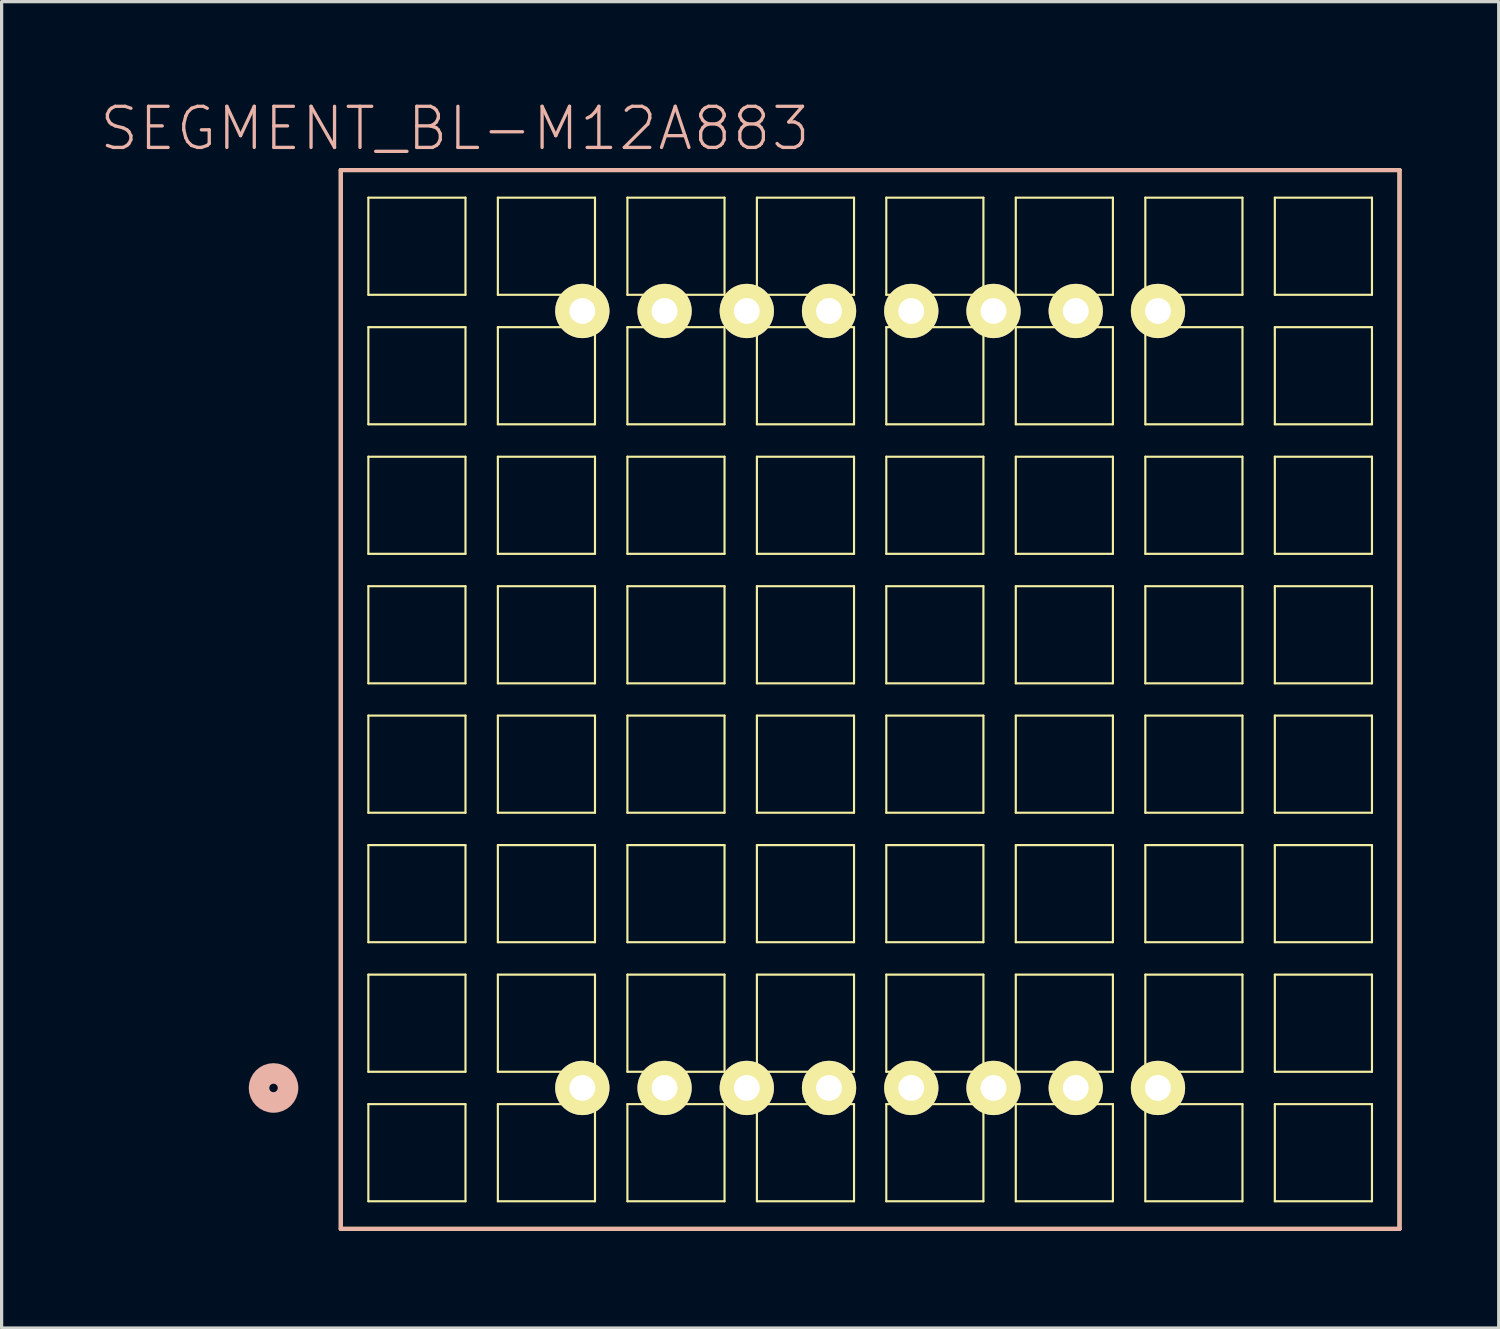
<source format=kicad_pcb>
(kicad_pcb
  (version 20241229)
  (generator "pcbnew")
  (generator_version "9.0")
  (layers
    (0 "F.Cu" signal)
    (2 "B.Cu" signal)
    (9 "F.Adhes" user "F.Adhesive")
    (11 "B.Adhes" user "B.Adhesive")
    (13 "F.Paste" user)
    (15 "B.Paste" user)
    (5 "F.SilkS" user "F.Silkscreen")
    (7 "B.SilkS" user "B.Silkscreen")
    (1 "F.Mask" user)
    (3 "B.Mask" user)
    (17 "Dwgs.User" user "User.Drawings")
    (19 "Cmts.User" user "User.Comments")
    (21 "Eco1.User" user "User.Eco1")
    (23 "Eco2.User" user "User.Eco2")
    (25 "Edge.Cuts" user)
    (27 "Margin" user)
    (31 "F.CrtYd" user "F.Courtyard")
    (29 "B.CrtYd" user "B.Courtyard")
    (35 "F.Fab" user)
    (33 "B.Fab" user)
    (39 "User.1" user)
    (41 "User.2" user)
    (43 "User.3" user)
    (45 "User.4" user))
  (footprint "SEGMENT_BL-M12A883"
    (layer "F.Cu")
    (at 23.826 18.554)
    (property "Reference" "SEGMENT_BL-M12A883" (at -12.824 -17.633 0) (layer "B.SilkS") (effects (font (size 1.27 1.27) (thickness 0.102))))
    (attr exclude_from_pos_files exclude_from_bom)
    (fp_line (start -16.35 -16.35) (end 16.35 -16.35) (stroke (width 0.127) (type solid)) (layer "F.SilkS"))
    (fp_line (start -16.35 16.35) (end -16.35 -16.35) (stroke (width 0.127) (type solid)) (layer "F.SilkS"))
    (fp_line (start -15.499 -15.499) (end -12.499 -15.499) (stroke (width 0.066) (type solid)) (layer "F.SilkS"))
    (fp_line (start -15.499 -12.499) (end -15.499 -15.499) (stroke (width 0.066) (type solid)) (layer "F.SilkS"))
    (fp_line (start -15.499 -12.499) (end -12.499 -12.499) (stroke (width 0.066) (type solid)) (layer "F.SilkS"))
    (fp_line (start -15.499 -11.499) (end -12.499 -11.499) (stroke (width 0.066) (type solid)) (layer "F.SilkS"))
    (fp_line (start -15.499 -8.499) (end -15.499 -11.499) (stroke (width 0.066) (type solid)) (layer "F.SilkS"))
    (fp_line (start -15.499 -8.499) (end -12.499 -8.499) (stroke (width 0.066) (type solid)) (layer "F.SilkS"))
    (fp_line (start -15.499 -7.498) (end -12.499 -7.498) (stroke (width 0.066) (type solid)) (layer "F.SilkS"))
    (fp_line (start -15.499 -4.498) (end -15.499 -7.498) (stroke (width 0.066) (type solid)) (layer "F.SilkS"))
    (fp_line (start -15.499 -4.498) (end -12.499 -4.498) (stroke (width 0.066) (type solid)) (layer "F.SilkS"))
    (fp_line (start -15.499 -3.498) (end -12.499 -3.498) (stroke (width 0.066) (type solid)) (layer "F.SilkS"))
    (fp_line (start -15.499 -0.498) (end -15.499 -3.498) (stroke (width 0.066) (type solid)) (layer "F.SilkS"))
    (fp_line (start -15.499 -0.498) (end -12.499 -0.498) (stroke (width 0.066) (type solid)) (layer "F.SilkS"))
    (fp_line (start -15.499 0.498) (end -12.499 0.498) (stroke (width 0.066) (type solid)) (layer "F.SilkS"))
    (fp_line (start -15.499 3.498) (end -15.499 0.498) (stroke (width 0.066) (type solid)) (layer "F.SilkS"))
    (fp_line (start -15.499 3.498) (end -12.499 3.498) (stroke (width 0.066) (type solid)) (layer "F.SilkS"))
    (fp_line (start -15.499 4.498) (end -12.499 4.498) (stroke (width 0.066) (type solid)) (layer "F.SilkS"))
    (fp_line (start -15.499 7.498) (end -15.499 4.498) (stroke (width 0.066) (type solid)) (layer "F.SilkS"))
    (fp_line (start -15.499 7.498) (end -12.499 7.498) (stroke (width 0.066) (type solid)) (layer "F.SilkS"))
    (fp_line (start -15.499 8.499) (end -12.499 8.499) (stroke (width 0.066) (type solid)) (layer "F.SilkS"))
    (fp_line (start -15.499 11.499) (end -15.499 8.499) (stroke (width 0.066) (type solid)) (layer "F.SilkS"))
    (fp_line (start -15.499 11.499) (end -12.499 11.499) (stroke (width 0.066) (type solid)) (layer "F.SilkS"))
    (fp_line (start -15.499 12.499) (end -12.499 12.499) (stroke (width 0.066) (type solid)) (layer "F.SilkS"))
    (fp_line (start -15.499 15.499) (end -15.499 12.499) (stroke (width 0.066) (type solid)) (layer "F.SilkS"))
    (fp_line (start -15.499 15.499) (end -12.499 15.499) (stroke (width 0.066) (type solid)) (layer "F.SilkS"))
    (fp_line (start -12.499 -12.499) (end -12.499 -15.499) (stroke (width 0.066) (type solid)) (layer "F.SilkS"))
    (fp_line (start -12.499 -8.499) (end -12.499 -11.499) (stroke (width 0.066) (type solid)) (layer "F.SilkS"))
    (fp_line (start -12.499 -4.498) (end -12.499 -7.498) (stroke (width 0.066) (type solid)) (layer "F.SilkS"))
    (fp_line (start -12.499 -0.498) (end -12.499 -3.498) (stroke (width 0.066) (type solid)) (layer "F.SilkS"))
    (fp_line (start -12.499 3.498) (end -12.499 0.498) (stroke (width 0.066) (type solid)) (layer "F.SilkS"))
    (fp_line (start -12.499 7.498) (end -12.499 4.498) (stroke (width 0.066) (type solid)) (layer "F.SilkS"))
    (fp_line (start -12.499 11.499) (end -12.499 8.499) (stroke (width 0.066) (type solid)) (layer "F.SilkS"))
    (fp_line (start -12.499 15.499) (end -12.499 12.499) (stroke (width 0.066) (type solid)) (layer "F.SilkS"))
    (fp_line (start -11.499 -15.499) (end -8.499 -15.499) (stroke (width 0.066) (type solid)) (layer "F.SilkS"))
    (fp_line (start -11.499 -12.499) (end -11.499 -15.499) (stroke (width 0.066) (type solid)) (layer "F.SilkS"))
    (fp_line (start -11.499 -12.499) (end -8.499 -12.499) (stroke (width 0.066) (type solid)) (layer "F.SilkS"))
    (fp_line (start -11.499 -11.499) (end -8.499 -11.499) (stroke (width 0.066) (type solid)) (layer "F.SilkS"))
    (fp_line (start -11.499 -8.499) (end -11.499 -11.499) (stroke (width 0.066) (type solid)) (layer "F.SilkS"))
    (fp_line (start -11.499 -8.499) (end -8.499 -8.499) (stroke (width 0.066) (type solid)) (layer "F.SilkS"))
    (fp_line (start -11.499 -7.498) (end -8.499 -7.498) (stroke (width 0.066) (type solid)) (layer "F.SilkS"))
    (fp_line (start -11.499 -4.498) (end -11.499 -7.498) (stroke (width 0.066) (type solid)) (layer "F.SilkS"))
    (fp_line (start -11.499 -4.498) (end -8.499 -4.498) (stroke (width 0.066) (type solid)) (layer "F.SilkS"))
    (fp_line (start -11.499 -3.498) (end -8.499 -3.498) (stroke (width 0.066) (type solid)) (layer "F.SilkS"))
    (fp_line (start -11.499 -0.498) (end -11.499 -3.498) (stroke (width 0.066) (type solid)) (layer "F.SilkS"))
    (fp_line (start -11.499 -0.498) (end -8.499 -0.498) (stroke (width 0.066) (type solid)) (layer "F.SilkS"))
    (fp_line (start -11.499 0.498) (end -8.499 0.498) (stroke (width 0.066) (type solid)) (layer "F.SilkS"))
    (fp_line (start -11.499 3.498) (end -11.499 0.498) (stroke (width 0.066) (type solid)) (layer "F.SilkS"))
    (fp_line (start -11.499 3.498) (end -8.499 3.498) (stroke (width 0.066) (type solid)) (layer "F.SilkS"))
    (fp_line (start -11.499 4.498) (end -8.499 4.498) (stroke (width 0.066) (type solid)) (layer "F.SilkS"))
    (fp_line (start -11.499 7.498) (end -11.499 4.498) (stroke (width 0.066) (type solid)) (layer "F.SilkS"))
    (fp_line (start -11.499 7.498) (end -8.499 7.498) (stroke (width 0.066) (type solid)) (layer "F.SilkS"))
    (fp_line (start -11.499 8.499) (end -8.499 8.499) (stroke (width 0.066) (type solid)) (layer "F.SilkS"))
    (fp_line (start -11.499 11.499) (end -11.499 8.499) (stroke (width 0.066) (type solid)) (layer "F.SilkS"))
    (fp_line (start -11.499 11.499) (end -8.499 11.499) (stroke (width 0.066) (type solid)) (layer "F.SilkS"))
    (fp_line (start -11.499 12.499) (end -8.499 12.499) (stroke (width 0.066) (type solid)) (layer "F.SilkS"))
    (fp_line (start -11.499 15.499) (end -11.499 12.499) (stroke (width 0.066) (type solid)) (layer "F.SilkS"))
    (fp_line (start -11.499 15.499) (end -8.499 15.499) (stroke (width 0.066) (type solid)) (layer "F.SilkS"))
    (fp_line (start -8.499 -12.499) (end -8.499 -15.499) (stroke (width 0.066) (type solid)) (layer "F.SilkS"))
    (fp_line (start -8.499 -8.499) (end -8.499 -11.499) (stroke (width 0.066) (type solid)) (layer "F.SilkS"))
    (fp_line (start -8.499 -4.498) (end -8.499 -7.498) (stroke (width 0.066) (type solid)) (layer "F.SilkS"))
    (fp_line (start -8.499 -0.498) (end -8.499 -3.498) (stroke (width 0.066) (type solid)) (layer "F.SilkS"))
    (fp_line (start -8.499 3.498) (end -8.499 0.498) (stroke (width 0.066) (type solid)) (layer "F.SilkS"))
    (fp_line (start -8.499 7.498) (end -8.499 4.498) (stroke (width 0.066) (type solid)) (layer "F.SilkS"))
    (fp_line (start -8.499 11.499) (end -8.499 8.499) (stroke (width 0.066) (type solid)) (layer "F.SilkS"))
    (fp_line (start -8.499 15.499) (end -8.499 12.499) (stroke (width 0.066) (type solid)) (layer "F.SilkS"))
    (fp_line (start -7.498 -15.499) (end -4.498 -15.499) (stroke (width 0.066) (type solid)) (layer "F.SilkS"))
    (fp_line (start -7.498 -12.499) (end -7.498 -15.499) (stroke (width 0.066) (type solid)) (layer "F.SilkS"))
    (fp_line (start -7.498 -12.499) (end -4.498 -12.499) (stroke (width 0.066) (type solid)) (layer "F.SilkS"))
    (fp_line (start -7.498 -11.499) (end -4.498 -11.499) (stroke (width 0.066) (type solid)) (layer "F.SilkS"))
    (fp_line (start -7.498 -8.499) (end -7.498 -11.499) (stroke (width 0.066) (type solid)) (layer "F.SilkS"))
    (fp_line (start -7.498 -8.499) (end -4.498 -8.499) (stroke (width 0.066) (type solid)) (layer "F.SilkS"))
    (fp_line (start -7.498 -7.498) (end -4.498 -7.498) (stroke (width 0.066) (type solid)) (layer "F.SilkS"))
    (fp_line (start -7.498 -4.498) (end -7.498 -7.498) (stroke (width 0.066) (type solid)) (layer "F.SilkS"))
    (fp_line (start -7.498 -4.498) (end -4.498 -4.498) (stroke (width 0.066) (type solid)) (layer "F.SilkS"))
    (fp_line (start -7.498 -3.498) (end -4.498 -3.498) (stroke (width 0.066) (type solid)) (layer "F.SilkS"))
    (fp_line (start -7.498 -0.498) (end -7.498 -3.498) (stroke (width 0.066) (type solid)) (layer "F.SilkS"))
    (fp_line (start -7.498 -0.498) (end -4.498 -0.498) (stroke (width 0.066) (type solid)) (layer "F.SilkS"))
    (fp_line (start -7.498 0.498) (end -4.498 0.498) (stroke (width 0.066) (type solid)) (layer "F.SilkS"))
    (fp_line (start -7.498 3.498) (end -7.498 0.498) (stroke (width 0.066) (type solid)) (layer "F.SilkS"))
    (fp_line (start -7.498 3.498) (end -4.498 3.498) (stroke (width 0.066) (type solid)) (layer "F.SilkS"))
    (fp_line (start -7.498 4.498) (end -4.498 4.498) (stroke (width 0.066) (type solid)) (layer "F.SilkS"))
    (fp_line (start -7.498 7.498) (end -7.498 4.498) (stroke (width 0.066) (type solid)) (layer "F.SilkS"))
    (fp_line (start -7.498 7.498) (end -4.498 7.498) (stroke (width 0.066) (type solid)) (layer "F.SilkS"))
    (fp_line (start -7.498 8.499) (end -4.498 8.499) (stroke (width 0.066) (type solid)) (layer "F.SilkS"))
    (fp_line (start -7.498 11.499) (end -7.498 8.499) (stroke (width 0.066) (type solid)) (layer "F.SilkS"))
    (fp_line (start -7.498 11.499) (end -4.498 11.499) (stroke (width 0.066) (type solid)) (layer "F.SilkS"))
    (fp_line (start -7.498 12.499) (end -4.498 12.499) (stroke (width 0.066) (type solid)) (layer "F.SilkS"))
    (fp_line (start -7.498 15.499) (end -7.498 12.499) (stroke (width 0.066) (type solid)) (layer "F.SilkS"))
    (fp_line (start -7.498 15.499) (end -4.498 15.499) (stroke (width 0.066) (type solid)) (layer "F.SilkS"))
    (fp_line (start -4.498 -12.499) (end -4.498 -15.499) (stroke (width 0.066) (type solid)) (layer "F.SilkS"))
    (fp_line (start -4.498 -8.499) (end -4.498 -11.499) (stroke (width 0.066) (type solid)) (layer "F.SilkS"))
    (fp_line (start -4.498 -4.498) (end -4.498 -7.498) (stroke (width 0.066) (type solid)) (layer "F.SilkS"))
    (fp_line (start -4.498 -0.498) (end -4.498 -3.498) (stroke (width 0.066) (type solid)) (layer "F.SilkS"))
    (fp_line (start -4.498 3.498) (end -4.498 0.498) (stroke (width 0.066) (type solid)) (layer "F.SilkS"))
    (fp_line (start -4.498 7.498) (end -4.498 4.498) (stroke (width 0.066) (type solid)) (layer "F.SilkS"))
    (fp_line (start -4.498 11.499) (end -4.498 8.499) (stroke (width 0.066) (type solid)) (layer "F.SilkS"))
    (fp_line (start -4.498 15.499) (end -4.498 12.499) (stroke (width 0.066) (type solid)) (layer "F.SilkS"))
    (fp_line (start -3.498 -15.499) (end -0.498 -15.499) (stroke (width 0.066) (type solid)) (layer "F.SilkS"))
    (fp_line (start -3.498 -12.499) (end -3.498 -15.499) (stroke (width 0.066) (type solid)) (layer "F.SilkS"))
    (fp_line (start -3.498 -12.499) (end -0.498 -12.499) (stroke (width 0.066) (type solid)) (layer "F.SilkS"))
    (fp_line (start -3.498 -11.499) (end -0.498 -11.499) (stroke (width 0.066) (type solid)) (layer "F.SilkS"))
    (fp_line (start -3.498 -8.499) (end -3.498 -11.499) (stroke (width 0.066) (type solid)) (layer "F.SilkS"))
    (fp_line (start -3.498 -8.499) (end -0.498 -8.499) (stroke (width 0.066) (type solid)) (layer "F.SilkS"))
    (fp_line (start -3.498 -7.498) (end -0.498 -7.498) (stroke (width 0.066) (type solid)) (layer "F.SilkS"))
    (fp_line (start -3.498 -4.498) (end -3.498 -7.498) (stroke (width 0.066) (type solid)) (layer "F.SilkS"))
    (fp_line (start -3.498 -4.498) (end -0.498 -4.498) (stroke (width 0.066) (type solid)) (layer "F.SilkS"))
    (fp_line (start -3.498 -3.498) (end -0.498 -3.498) (stroke (width 0.066) (type solid)) (layer "F.SilkS"))
    (fp_line (start -3.498 -0.498) (end -3.498 -3.498) (stroke (width 0.066) (type solid)) (layer "F.SilkS"))
    (fp_line (start -3.498 -0.498) (end -0.498 -0.498) (stroke (width 0.066) (type solid)) (layer "F.SilkS"))
    (fp_line (start -3.498 0.498) (end -0.498 0.498) (stroke (width 0.066) (type solid)) (layer "F.SilkS"))
    (fp_line (start -3.498 3.498) (end -3.498 0.498) (stroke (width 0.066) (type solid)) (layer "F.SilkS"))
    (fp_line (start -3.498 3.498) (end -0.498 3.498) (stroke (width 0.066) (type solid)) (layer "F.SilkS"))
    (fp_line (start -3.498 4.498) (end -0.498 4.498) (stroke (width 0.066) (type solid)) (layer "F.SilkS"))
    (fp_line (start -3.498 7.498) (end -3.498 4.498) (stroke (width 0.066) (type solid)) (layer "F.SilkS"))
    (fp_line (start -3.498 7.498) (end -0.498 7.498) (stroke (width 0.066) (type solid)) (layer "F.SilkS"))
    (fp_line (start -3.498 8.499) (end -0.498 8.499) (stroke (width 0.066) (type solid)) (layer "F.SilkS"))
    (fp_line (start -3.498 11.499) (end -3.498 8.499) (stroke (width 0.066) (type solid)) (layer "F.SilkS"))
    (fp_line (start -3.498 11.499) (end -0.498 11.499) (stroke (width 0.066) (type solid)) (layer "F.SilkS"))
    (fp_line (start -3.498 12.499) (end -0.498 12.499) (stroke (width 0.066) (type solid)) (layer "F.SilkS"))
    (fp_line (start -3.498 15.499) (end -3.498 12.499) (stroke (width 0.066) (type solid)) (layer "F.SilkS"))
    (fp_line (start -3.498 15.499) (end -0.498 15.499) (stroke (width 0.066) (type solid)) (layer "F.SilkS"))
    (fp_line (start -0.498 -12.499) (end -0.498 -15.499) (stroke (width 0.066) (type solid)) (layer "F.SilkS"))
    (fp_line (start -0.498 -8.499) (end -0.498 -11.499) (stroke (width 0.066) (type solid)) (layer "F.SilkS"))
    (fp_line (start -0.498 -4.498) (end -0.498 -7.498) (stroke (width 0.066) (type solid)) (layer "F.SilkS"))
    (fp_line (start -0.498 -0.498) (end -0.498 -3.498) (stroke (width 0.066) (type solid)) (layer "F.SilkS"))
    (fp_line (start -0.498 3.498) (end -0.498 0.498) (stroke (width 0.066) (type solid)) (layer "F.SilkS"))
    (fp_line (start -0.498 7.498) (end -0.498 4.498) (stroke (width 0.066) (type solid)) (layer "F.SilkS"))
    (fp_line (start -0.498 11.499) (end -0.498 8.499) (stroke (width 0.066) (type solid)) (layer "F.SilkS"))
    (fp_line (start -0.498 15.499) (end -0.498 12.499) (stroke (width 0.066) (type solid)) (layer "F.SilkS"))
    (fp_line (start 0.498 -15.499) (end 3.498 -15.499) (stroke (width 0.066) (type solid)) (layer "F.SilkS"))
    (fp_line (start 0.498 -12.499) (end 0.498 -15.499) (stroke (width 0.066) (type solid)) (layer "F.SilkS"))
    (fp_line (start 0.498 -12.499) (end 3.498 -12.499) (stroke (width 0.066) (type solid)) (layer "F.SilkS"))
    (fp_line (start 0.498 -11.499) (end 3.498 -11.499) (stroke (width 0.066) (type solid)) (layer "F.SilkS"))
    (fp_line (start 0.498 -8.499) (end 0.498 -11.499) (stroke (width 0.066) (type solid)) (layer "F.SilkS"))
    (fp_line (start 0.498 -8.499) (end 3.498 -8.499) (stroke (width 0.066) (type solid)) (layer "F.SilkS"))
    (fp_line (start 0.498 -7.498) (end 3.498 -7.498) (stroke (width 0.066) (type solid)) (layer "F.SilkS"))
    (fp_line (start 0.498 -4.498) (end 0.498 -7.498) (stroke (width 0.066) (type solid)) (layer "F.SilkS"))
    (fp_line (start 0.498 -4.498) (end 3.498 -4.498) (stroke (width 0.066) (type solid)) (layer "F.SilkS"))
    (fp_line (start 0.498 -3.498) (end 3.498 -3.498) (stroke (width 0.066) (type solid)) (layer "F.SilkS"))
    (fp_line (start 0.498 -0.498) (end 0.498 -3.498) (stroke (width 0.066) (type solid)) (layer "F.SilkS"))
    (fp_line (start 0.498 -0.498) (end 3.498 -0.498) (stroke (width 0.066) (type solid)) (layer "F.SilkS"))
    (fp_line (start 0.498 0.498) (end 3.498 0.498) (stroke (width 0.066) (type solid)) (layer "F.SilkS"))
    (fp_line (start 0.498 3.498) (end 0.498 0.498) (stroke (width 0.066) (type solid)) (layer "F.SilkS"))
    (fp_line (start 0.498 3.498) (end 3.498 3.498) (stroke (width 0.066) (type solid)) (layer "F.SilkS"))
    (fp_line (start 0.498 4.498) (end 3.498 4.498) (stroke (width 0.066) (type solid)) (layer "F.SilkS"))
    (fp_line (start 0.498 7.498) (end 0.498 4.498) (stroke (width 0.066) (type solid)) (layer "F.SilkS"))
    (fp_line (start 0.498 7.498) (end 3.498 7.498) (stroke (width 0.066) (type solid)) (layer "F.SilkS"))
    (fp_line (start 0.498 8.499) (end 3.498 8.499) (stroke (width 0.066) (type solid)) (layer "F.SilkS"))
    (fp_line (start 0.498 11.499) (end 0.498 8.499) (stroke (width 0.066) (type solid)) (layer "F.SilkS"))
    (fp_line (start 0.498 11.499) (end 3.498 11.499) (stroke (width 0.066) (type solid)) (layer "F.SilkS"))
    (fp_line (start 0.498 12.499) (end 3.498 12.499) (stroke (width 0.066) (type solid)) (layer "F.SilkS"))
    (fp_line (start 0.498 15.499) (end 0.498 12.499) (stroke (width 0.066) (type solid)) (layer "F.SilkS"))
    (fp_line (start 0.498 15.499) (end 3.498 15.499) (stroke (width 0.066) (type solid)) (layer "F.SilkS"))
    (fp_line (start 3.498 -12.499) (end 3.498 -15.499) (stroke (width 0.066) (type solid)) (layer "F.SilkS"))
    (fp_line (start 3.498 -8.499) (end 3.498 -11.499) (stroke (width 0.066) (type solid)) (layer "F.SilkS"))
    (fp_line (start 3.498 -4.498) (end 3.498 -7.498) (stroke (width 0.066) (type solid)) (layer "F.SilkS"))
    (fp_line (start 3.498 -0.498) (end 3.498 -3.498) (stroke (width 0.066) (type solid)) (layer "F.SilkS"))
    (fp_line (start 3.498 3.498) (end 3.498 0.498) (stroke (width 0.066) (type solid)) (layer "F.SilkS"))
    (fp_line (start 3.498 7.498) (end 3.498 4.498) (stroke (width 0.066) (type solid)) (layer "F.SilkS"))
    (fp_line (start 3.498 11.499) (end 3.498 8.499) (stroke (width 0.066) (type solid)) (layer "F.SilkS"))
    (fp_line (start 3.498 15.499) (end 3.498 12.499) (stroke (width 0.066) (type solid)) (layer "F.SilkS"))
    (fp_line (start 4.498 -15.499) (end 7.498 -15.499) (stroke (width 0.066) (type solid)) (layer "F.SilkS"))
    (fp_line (start 4.498 -12.499) (end 4.498 -15.499) (stroke (width 0.066) (type solid)) (layer "F.SilkS"))
    (fp_line (start 4.498 -12.499) (end 7.498 -12.499) (stroke (width 0.066) (type solid)) (layer "F.SilkS"))
    (fp_line (start 4.498 -11.499) (end 7.498 -11.499) (stroke (width 0.066) (type solid)) (layer "F.SilkS"))
    (fp_line (start 4.498 -8.499) (end 4.498 -11.499) (stroke (width 0.066) (type solid)) (layer "F.SilkS"))
    (fp_line (start 4.498 -8.499) (end 7.498 -8.499) (stroke (width 0.066) (type solid)) (layer "F.SilkS"))
    (fp_line (start 4.498 -7.498) (end 7.498 -7.498) (stroke (width 0.066) (type solid)) (layer "F.SilkS"))
    (fp_line (start 4.498 -4.498) (end 4.498 -7.498) (stroke (width 0.066) (type solid)) (layer "F.SilkS"))
    (fp_line (start 4.498 -4.498) (end 7.498 -4.498) (stroke (width 0.066) (type solid)) (layer "F.SilkS"))
    (fp_line (start 4.498 -3.498) (end 7.498 -3.498) (stroke (width 0.066) (type solid)) (layer "F.SilkS"))
    (fp_line (start 4.498 -0.498) (end 4.498 -3.498) (stroke (width 0.066) (type solid)) (layer "F.SilkS"))
    (fp_line (start 4.498 -0.498) (end 7.498 -0.498) (stroke (width 0.066) (type solid)) (layer "F.SilkS"))
    (fp_line (start 4.498 0.498) (end 7.498 0.498) (stroke (width 0.066) (type solid)) (layer "F.SilkS"))
    (fp_line (start 4.498 3.498) (end 4.498 0.498) (stroke (width 0.066) (type solid)) (layer "F.SilkS"))
    (fp_line (start 4.498 3.498) (end 7.498 3.498) (stroke (width 0.066) (type solid)) (layer "F.SilkS"))
    (fp_line (start 4.498 4.498) (end 7.498 4.498) (stroke (width 0.066) (type solid)) (layer "F.SilkS"))
    (fp_line (start 4.498 7.498) (end 4.498 4.498) (stroke (width 0.066) (type solid)) (layer "F.SilkS"))
    (fp_line (start 4.498 7.498) (end 7.498 7.498) (stroke (width 0.066) (type solid)) (layer "F.SilkS"))
    (fp_line (start 4.498 8.499) (end 7.498 8.499) (stroke (width 0.066) (type solid)) (layer "F.SilkS"))
    (fp_line (start 4.498 11.499) (end 4.498 8.499) (stroke (width 0.066) (type solid)) (layer "F.SilkS"))
    (fp_line (start 4.498 11.499) (end 7.498 11.499) (stroke (width 0.066) (type solid)) (layer "F.SilkS"))
    (fp_line (start 4.498 12.499) (end 7.498 12.499) (stroke (width 0.066) (type solid)) (layer "F.SilkS"))
    (fp_line (start 4.498 15.499) (end 4.498 12.499) (stroke (width 0.066) (type solid)) (layer "F.SilkS"))
    (fp_line (start 4.498 15.499) (end 7.498 15.499) (stroke (width 0.066) (type solid)) (layer "F.SilkS"))
    (fp_line (start 7.498 -12.499) (end 7.498 -15.499) (stroke (width 0.066) (type solid)) (layer "F.SilkS"))
    (fp_line (start 7.498 -8.499) (end 7.498 -11.499) (stroke (width 0.066) (type solid)) (layer "F.SilkS"))
    (fp_line (start 7.498 -4.498) (end 7.498 -7.498) (stroke (width 0.066) (type solid)) (layer "F.SilkS"))
    (fp_line (start 7.498 -0.498) (end 7.498 -3.498) (stroke (width 0.066) (type solid)) (layer "F.SilkS"))
    (fp_line (start 7.498 3.498) (end 7.498 0.498) (stroke (width 0.066) (type solid)) (layer "F.SilkS"))
    (fp_line (start 7.498 7.498) (end 7.498 4.498) (stroke (width 0.066) (type solid)) (layer "F.SilkS"))
    (fp_line (start 7.498 11.499) (end 7.498 8.499) (stroke (width 0.066) (type solid)) (layer "F.SilkS"))
    (fp_line (start 7.498 15.499) (end 7.498 12.499) (stroke (width 0.066) (type solid)) (layer "F.SilkS"))
    (fp_line (start 8.499 -15.499) (end 11.499 -15.499) (stroke (width 0.066) (type solid)) (layer "F.SilkS"))
    (fp_line (start 8.499 -12.499) (end 8.499 -15.499) (stroke (width 0.066) (type solid)) (layer "F.SilkS"))
    (fp_line (start 8.499 -12.499) (end 11.499 -12.499) (stroke (width 0.066) (type solid)) (layer "F.SilkS"))
    (fp_line (start 8.499 -11.499) (end 11.499 -11.499) (stroke (width 0.066) (type solid)) (layer "F.SilkS"))
    (fp_line (start 8.499 -8.499) (end 8.499 -11.499) (stroke (width 0.066) (type solid)) (layer "F.SilkS"))
    (fp_line (start 8.499 -8.499) (end 11.499 -8.499) (stroke (width 0.066) (type solid)) (layer "F.SilkS"))
    (fp_line (start 8.499 -7.498) (end 11.499 -7.498) (stroke (width 0.066) (type solid)) (layer "F.SilkS"))
    (fp_line (start 8.499 -4.498) (end 8.499 -7.498) (stroke (width 0.066) (type solid)) (layer "F.SilkS"))
    (fp_line (start 8.499 -4.498) (end 11.499 -4.498) (stroke (width 0.066) (type solid)) (layer "F.SilkS"))
    (fp_line (start 8.499 -3.498) (end 11.499 -3.498) (stroke (width 0.066) (type solid)) (layer "F.SilkS"))
    (fp_line (start 8.499 -0.498) (end 8.499 -3.498) (stroke (width 0.066) (type solid)) (layer "F.SilkS"))
    (fp_line (start 8.499 -0.498) (end 11.499 -0.498) (stroke (width 0.066) (type solid)) (layer "F.SilkS"))
    (fp_line (start 8.499 0.498) (end 11.499 0.498) (stroke (width 0.066) (type solid)) (layer "F.SilkS"))
    (fp_line (start 8.499 3.498) (end 8.499 0.498) (stroke (width 0.066) (type solid)) (layer "F.SilkS"))
    (fp_line (start 8.499 3.498) (end 11.499 3.498) (stroke (width 0.066) (type solid)) (layer "F.SilkS"))
    (fp_line (start 8.499 4.498) (end 11.499 4.498) (stroke (width 0.066) (type solid)) (layer "F.SilkS"))
    (fp_line (start 8.499 7.498) (end 8.499 4.498) (stroke (width 0.066) (type solid)) (layer "F.SilkS"))
    (fp_line (start 8.499 7.498) (end 11.499 7.498) (stroke (width 0.066) (type solid)) (layer "F.SilkS"))
    (fp_line (start 8.499 8.499) (end 11.499 8.499) (stroke (width 0.066) (type solid)) (layer "F.SilkS"))
    (fp_line (start 8.499 11.499) (end 8.499 8.499) (stroke (width 0.066) (type solid)) (layer "F.SilkS"))
    (fp_line (start 8.499 11.499) (end 11.499 11.499) (stroke (width 0.066) (type solid)) (layer "F.SilkS"))
    (fp_line (start 8.499 12.499) (end 11.499 12.499) (stroke (width 0.066) (type solid)) (layer "F.SilkS"))
    (fp_line (start 8.499 15.499) (end 8.499 12.499) (stroke (width 0.066) (type solid)) (layer "F.SilkS"))
    (fp_line (start 8.499 15.499) (end 11.499 15.499) (stroke (width 0.066) (type solid)) (layer "F.SilkS"))
    (fp_line (start 11.499 -12.499) (end 11.499 -15.499) (stroke (width 0.066) (type solid)) (layer "F.SilkS"))
    (fp_line (start 11.499 -8.499) (end 11.499 -11.499) (stroke (width 0.066) (type solid)) (layer "F.SilkS"))
    (fp_line (start 11.499 -4.498) (end 11.499 -7.498) (stroke (width 0.066) (type solid)) (layer "F.SilkS"))
    (fp_line (start 11.499 -0.498) (end 11.499 -3.498) (stroke (width 0.066) (type solid)) (layer "F.SilkS"))
    (fp_line (start 11.499 3.498) (end 11.499 0.498) (stroke (width 0.066) (type solid)) (layer "F.SilkS"))
    (fp_line (start 11.499 7.498) (end 11.499 4.498) (stroke (width 0.066) (type solid)) (layer "F.SilkS"))
    (fp_line (start 11.499 11.499) (end 11.499 8.499) (stroke (width 0.066) (type solid)) (layer "F.SilkS"))
    (fp_line (start 11.499 15.499) (end 11.499 12.499) (stroke (width 0.066) (type solid)) (layer "F.SilkS"))
    (fp_line (start 12.499 -15.499) (end 15.499 -15.499) (stroke (width 0.066) (type solid)) (layer "F.SilkS"))
    (fp_line (start 12.499 -12.499) (end 12.499 -15.499) (stroke (width 0.066) (type solid)) (layer "F.SilkS"))
    (fp_line (start 12.499 -12.499) (end 15.499 -12.499) (stroke (width 0.066) (type solid)) (layer "F.SilkS"))
    (fp_line (start 12.499 -11.499) (end 15.499 -11.499) (stroke (width 0.066) (type solid)) (layer "F.SilkS"))
    (fp_line (start 12.499 -8.499) (end 12.499 -11.499) (stroke (width 0.066) (type solid)) (layer "F.SilkS"))
    (fp_line (start 12.499 -8.499) (end 15.499 -8.499) (stroke (width 0.066) (type solid)) (layer "F.SilkS"))
    (fp_line (start 12.499 -7.498) (end 15.499 -7.498) (stroke (width 0.066) (type solid)) (layer "F.SilkS"))
    (fp_line (start 12.499 -4.498) (end 12.499 -7.498) (stroke (width 0.066) (type solid)) (layer "F.SilkS"))
    (fp_line (start 12.499 -4.498) (end 15.499 -4.498) (stroke (width 0.066) (type solid)) (layer "F.SilkS"))
    (fp_line (start 12.499 -3.498) (end 15.499 -3.498) (stroke (width 0.066) (type solid)) (layer "F.SilkS"))
    (fp_line (start 12.499 -0.498) (end 12.499 -3.498) (stroke (width 0.066) (type solid)) (layer "F.SilkS"))
    (fp_line (start 12.499 -0.498) (end 15.499 -0.498) (stroke (width 0.066) (type solid)) (layer "F.SilkS"))
    (fp_line (start 12.499 0.498) (end 15.499 0.498) (stroke (width 0.066) (type solid)) (layer "F.SilkS"))
    (fp_line (start 12.499 3.498) (end 12.499 0.498) (stroke (width 0.066) (type solid)) (layer "F.SilkS"))
    (fp_line (start 12.499 3.498) (end 15.499 3.498) (stroke (width 0.066) (type solid)) (layer "F.SilkS"))
    (fp_line (start 12.499 4.498) (end 15.499 4.498) (stroke (width 0.066) (type solid)) (layer "F.SilkS"))
    (fp_line (start 12.499 7.498) (end 12.499 4.498) (stroke (width 0.066) (type solid)) (layer "F.SilkS"))
    (fp_line (start 12.499 7.498) (end 15.499 7.498) (stroke (width 0.066) (type solid)) (layer "F.SilkS"))
    (fp_line (start 12.499 8.499) (end 15.499 8.499) (stroke (width 0.066) (type solid)) (layer "F.SilkS"))
    (fp_line (start 12.499 11.499) (end 12.499 8.499) (stroke (width 0.066) (type solid)) (layer "F.SilkS"))
    (fp_line (start 12.499 11.499) (end 15.499 11.499) (stroke (width 0.066) (type solid)) (layer "F.SilkS"))
    (fp_line (start 12.499 12.499) (end 15.499 12.499) (stroke (width 0.066) (type solid)) (layer "F.SilkS"))
    (fp_line (start 12.499 15.499) (end 12.499 12.499) (stroke (width 0.066) (type solid)) (layer "F.SilkS"))
    (fp_line (start 12.499 15.499) (end 15.499 15.499) (stroke (width 0.066) (type solid)) (layer "F.SilkS"))
    (fp_line (start 15.499 -12.499) (end 15.499 -15.499) (stroke (width 0.066) (type solid)) (layer "F.SilkS"))
    (fp_line (start 15.499 -8.499) (end 15.499 -11.499) (stroke (width 0.066) (type solid)) (layer "F.SilkS"))
    (fp_line (start 15.499 -4.498) (end 15.499 -7.498) (stroke (width 0.066) (type solid)) (layer "F.SilkS"))
    (fp_line (start 15.499 -0.498) (end 15.499 -3.498) (stroke (width 0.066) (type solid)) (layer "F.SilkS"))
    (fp_line (start 15.499 3.498) (end 15.499 0.498) (stroke (width 0.066) (type solid)) (layer "F.SilkS"))
    (fp_line (start 15.499 7.498) (end 15.499 4.498) (stroke (width 0.066) (type solid)) (layer "F.SilkS"))
    (fp_line (start 15.499 11.499) (end 15.499 8.499) (stroke (width 0.066) (type solid)) (layer "F.SilkS"))
    (fp_line (start 15.499 15.499) (end 15.499 12.499) (stroke (width 0.066) (type solid)) (layer "F.SilkS"))
    (fp_line (start 16.35 -16.35) (end 16.35 16.35) (stroke (width 0.127) (type solid)) (layer "F.SilkS"))
    (fp_line (start 16.35 16.35) (end -16.35 16.35) (stroke (width 0.127) (type solid)) (layer "F.SilkS"))
    (fp_line (start -16.35 -16.35) (end 16.35 -16.35) (stroke (width 0.127) (type solid)) (layer "B.SilkS"))
    (fp_line (start -16.35 16.35) (end -16.35 -16.35) (stroke (width 0.127) (type solid)) (layer "B.SilkS"))
    (fp_line (start 16.35 -16.35) (end 16.35 16.35) (stroke (width 0.127) (type solid)) (layer "B.SilkS"))
    (fp_line (start 16.35 16.35) (end -16.35 16.35) (stroke (width 0.127) (type solid)) (layer "B.SilkS"))
    (fp_circle (center -18.428 11.999) (end -18.745 12.316) (stroke (width 0.635) (type solid)) (fill no) (layer "B.SilkS"))
    (pad "1" thru_hole circle (at -8.89 11.999) (size 1.676 1.676) (drill 0.798) (layers "*.Cu" "F.Mask" "F.SilkS" "F.Paste"))
    (pad "2" thru_hole circle (at -6.35 11.999) (size 1.676 1.676) (drill 0.798) (layers "*.Cu" "F.Mask" "F.SilkS" "F.Paste"))
    (pad "3" thru_hole circle (at -3.81 11.999) (size 1.676 1.676) (drill 0.798) (layers "*.Cu" "F.Mask" "F.SilkS" "F.Paste"))
    (pad "4" thru_hole circle (at -1.27 11.999) (size 1.676 1.676) (drill 0.798) (layers "*.Cu" "F.Mask" "F.SilkS" "F.Paste"))
    (pad "5" thru_hole circle (at 1.27 11.999) (size 1.676 1.676) (drill 0.798) (layers "*.Cu" "F.Mask" "F.SilkS" "F.Paste"))
    (pad "6" thru_hole circle (at 3.81 11.999) (size 1.676 1.676) (drill 0.798) (layers "*.Cu" "F.Mask" "F.SilkS" "F.Paste"))
    (pad "7" thru_hole circle (at 6.35 11.999) (size 1.676 1.676) (drill 0.798) (layers "*.Cu" "F.Mask" "F.SilkS" "F.Paste"))
    (pad "8" thru_hole circle (at 8.89 11.999) (size 1.676 1.676) (drill 0.798) (layers "*.Cu" "F.Mask" "F.SilkS" "F.Paste"))
    (pad "9" thru_hole circle (at 8.89 -11.999) (size 1.676 1.676) (drill 0.798) (layers "*.Cu" "F.Mask" "F.SilkS" "F.Paste"))
    (pad "10" thru_hole circle (at 6.35 -11.999) (size 1.676 1.676) (drill 0.798) (layers "*.Cu" "F.Mask" "F.SilkS" "F.Paste"))
    (pad "11" thru_hole circle (at 3.81 -11.999) (size 1.676 1.676) (drill 0.798) (layers "*.Cu" "F.Mask" "F.SilkS" "F.Paste"))
    (pad "12" thru_hole circle (at 1.27 -11.999) (size 1.676 1.676) (drill 0.798) (layers "*.Cu" "F.Mask" "F.SilkS" "F.Paste"))
    (pad "13" thru_hole circle (at -1.27 -11.999) (size 1.676 1.676) (drill 0.798) (layers "*.Cu" "F.Mask" "F.SilkS" "F.Paste"))
    (pad "14" thru_hole circle (at -3.81 -11.999) (size 1.676 1.676) (drill 0.798) (layers "*.Cu" "F.Mask" "F.SilkS" "F.Paste"))
    (pad "15" thru_hole circle (at -6.35 -11.999) (size 1.676 1.676) (drill 0.798) (layers "*.Cu" "F.Mask" "F.SilkS" "F.Paste"))
    (pad "16" thru_hole circle (at -8.89 -11.999) (size 1.676 1.676) (drill 0.798) (layers "*.Cu" "F.Mask" "F.SilkS" "F.Paste")))
  (gr_rect
    (start -3 -3)
    (end 43.24 37.967)
    (stroke (width 0.1) (type default))
    (fill no)
    (layer "Edge.Cuts")))
</source>
